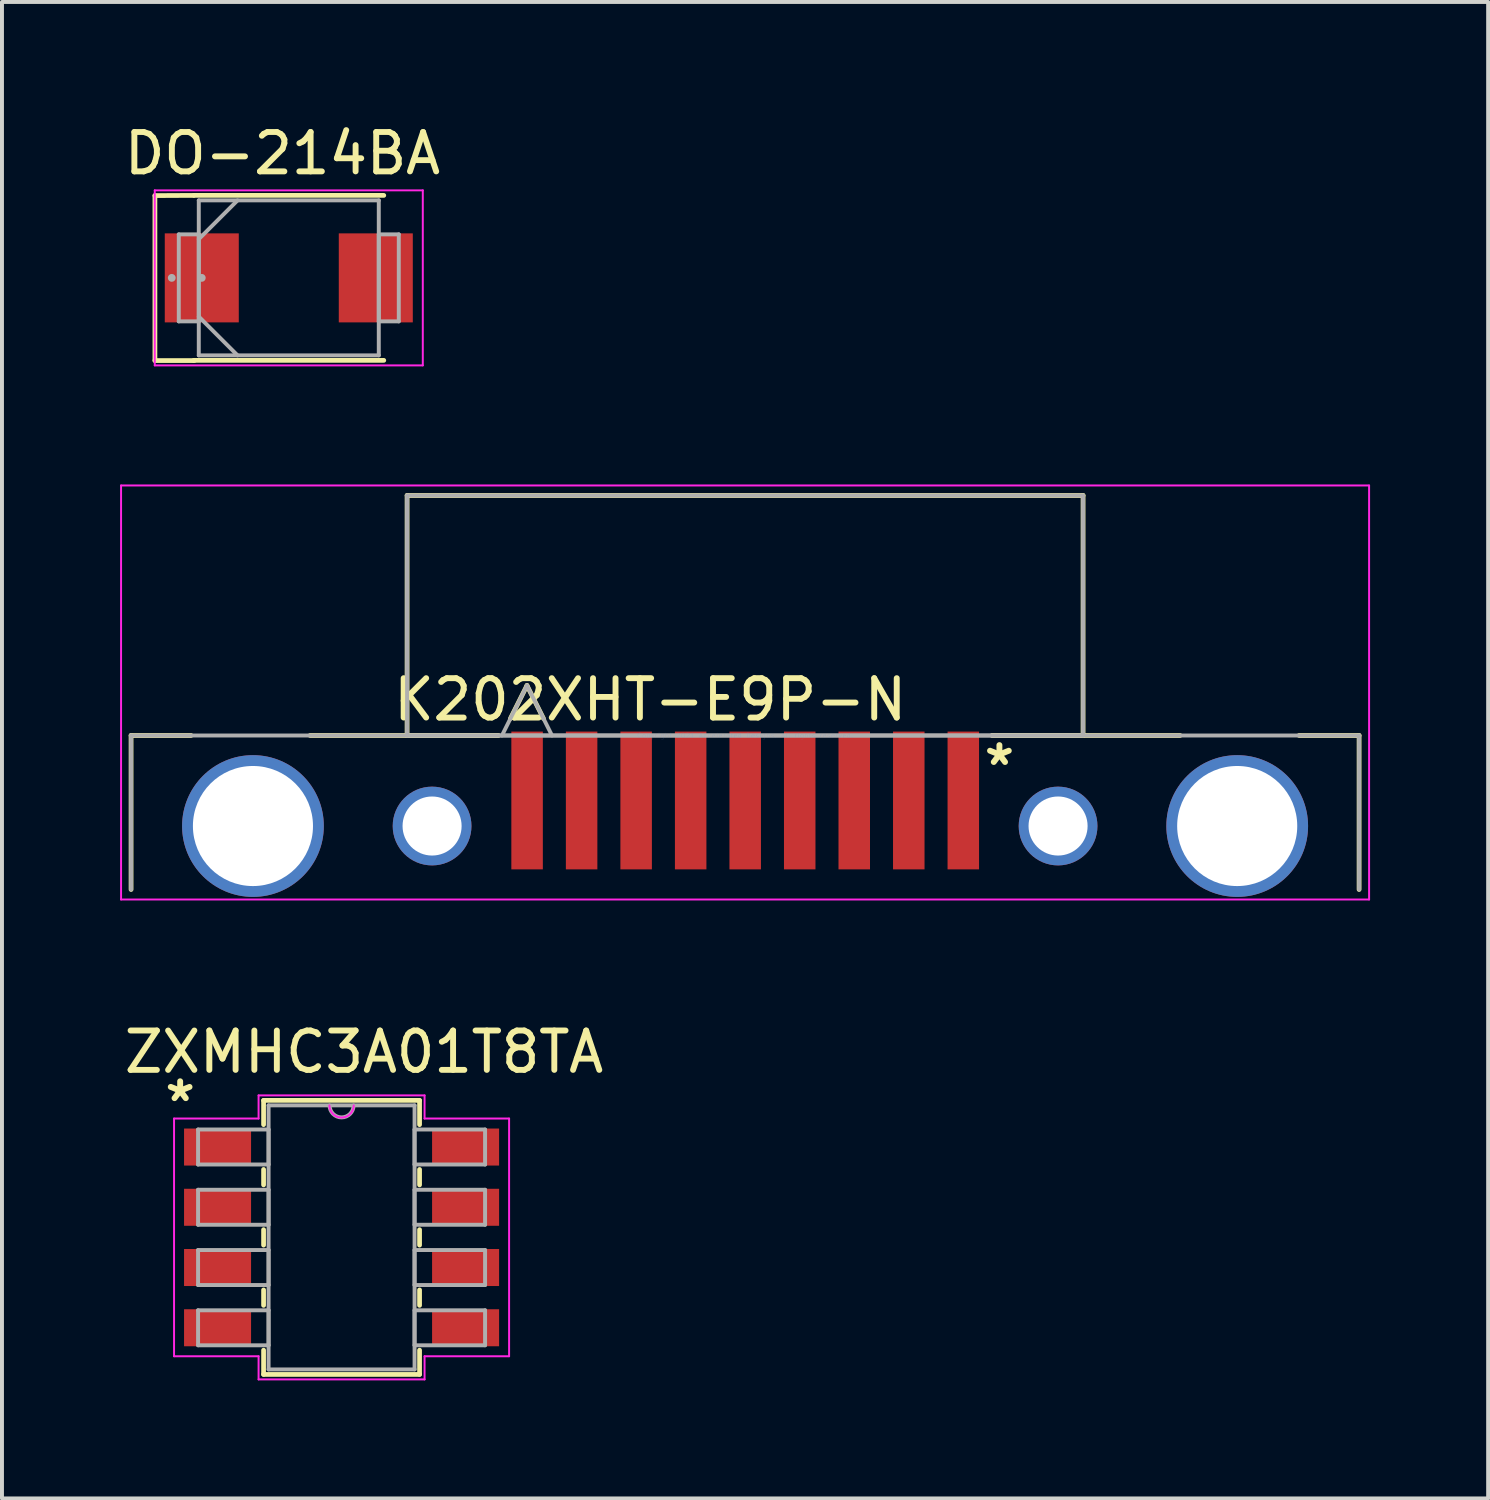
<source format=kicad_pcb>
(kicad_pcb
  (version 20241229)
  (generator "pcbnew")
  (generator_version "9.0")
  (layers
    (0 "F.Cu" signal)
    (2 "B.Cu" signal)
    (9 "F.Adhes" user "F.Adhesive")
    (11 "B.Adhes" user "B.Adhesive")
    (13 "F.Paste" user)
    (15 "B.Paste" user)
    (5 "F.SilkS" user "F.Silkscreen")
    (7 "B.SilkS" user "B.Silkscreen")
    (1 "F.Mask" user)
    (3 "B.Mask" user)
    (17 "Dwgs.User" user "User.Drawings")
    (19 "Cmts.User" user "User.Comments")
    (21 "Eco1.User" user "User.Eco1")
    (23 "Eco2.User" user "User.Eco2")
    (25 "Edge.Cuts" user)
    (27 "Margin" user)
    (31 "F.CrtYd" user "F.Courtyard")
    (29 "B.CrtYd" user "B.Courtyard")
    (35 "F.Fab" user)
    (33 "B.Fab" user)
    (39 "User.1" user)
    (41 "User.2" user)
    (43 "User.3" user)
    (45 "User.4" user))
  (footprint "DO-214BA"
    (layer "F.Cu")
    (at 4.285 4.008)
    (property "Reference" "DO-214BA" (at -0.16 -3.16 0) (layer "F.SilkS") (effects (font (size 1 1) (thickness 0.15))))
    (attr through_hole)
    (fp_line (start -3.4 -2.09) (end -3.4 2.1) (stroke (width 0.12) (type solid)) (layer "F.SilkS"))
    (fp_line (start -3.4 2.1) (end -2.4 2.1) (stroke (width 0.12) (type solid)) (layer "F.SilkS"))
    (fp_line (start -2.413 -2.095) (end -3.4 -2.09) (stroke (width 0.12) (type solid)) (layer "F.SilkS"))
    (fp_line (start -2.413 2.095) (end 2.413 2.095) (stroke (width 0.12) (type solid)) (layer "F.SilkS"))
    (fp_line (start 2.413 -2.095) (end -2.413 -2.095) (stroke (width 0.12) (type solid)) (layer "F.SilkS"))
    (fp_line (start -3.404 -2.223) (end 3.404 -2.223) (stroke (width 0.05) (type solid)) (layer "F.CrtYd"))
    (fp_line (start -3.404 2.223) (end -3.404 -2.223) (stroke (width 0.05) (type solid)) (layer "F.CrtYd"))
    (fp_line (start 3.404 -2.223) (end 3.404 2.223) (stroke (width 0.05) (type solid)) (layer "F.CrtYd"))
    (fp_line (start 3.404 2.223) (end -3.404 2.223) (stroke (width 0.05) (type solid)) (layer "F.CrtYd"))
    (fp_line (start -2.794 -1.105) (end -2.794 1.105) (stroke (width 0.1) (type solid)) (layer "F.Fab"))
    (fp_line (start -2.794 1.105) (end -2.286 1.105) (stroke (width 0.1) (type solid)) (layer "F.Fab"))
    (fp_line (start -2.286 -1.968) (end -2.286 1.968) (stroke (width 0.1) (type solid)) (layer "F.Fab"))
    (fp_line (start -2.286 -1.105) (end -2.794 -1.105) (stroke (width 0.1) (type solid)) (layer "F.Fab"))
    (fp_line (start -2.286 -0.984) (end -1.302 -1.968) (stroke (width 0.1) (type solid)) (layer "F.Fab"))
    (fp_line (start -2.286 0.984) (end -1.302 1.968) (stroke (width 0.1) (type solid)) (layer "F.Fab"))
    (fp_line (start -2.286 1.105) (end -2.286 -1.105) (stroke (width 0.1) (type solid)) (layer "F.Fab"))
    (fp_line (start -2.286 1.968) (end 2.286 1.968) (stroke (width 0.1) (type solid)) (layer "F.Fab"))
    (fp_line (start 2.286 -1.968) (end -2.286 -1.968) (stroke (width 0.1) (type solid)) (layer "F.Fab"))
    (fp_line (start 2.286 -1.105) (end 2.286 1.105) (stroke (width 0.1) (type solid)) (layer "F.Fab"))
    (fp_line (start 2.286 1.105) (end 2.794 1.105) (stroke (width 0.1) (type solid)) (layer "F.Fab"))
    (fp_line (start 2.286 1.968) (end 2.286 -1.968) (stroke (width 0.1) (type solid)) (layer "F.Fab"))
    (fp_line (start 2.794 -1.105) (end 2.286 -1.105) (stroke (width 0.1) (type solid)) (layer "F.Fab"))
    (fp_line (start 2.794 1.105) (end 2.794 -1.105) (stroke (width 0.1) (type solid)) (layer "F.Fab"))
    (fp_circle (center -2.972 0) (end -2.972 0) (stroke (width 0.1) (type solid)) (fill no) (layer "F.Fab"))
    (fp_circle (center -2.21 0) (end -2.21 0) (stroke (width 0.1) (type solid)) (fill no) (layer "F.Fab"))
    (pad "1" smd rect (at -2.21 0) (size 1.88 2.261) (layers "F.Cu" "F.Mask" "F.Paste"))
    (pad "2" smd rect (at 2.21 0) (size 1.88 2.261) (layers "F.Cu" "F.Mask" "F.Paste")))
  (footprint "K202XHT-E9P-N"
    (layer "F.Cu")
    (at 15.875 15.631)
    (property "Reference" "K202XHT-E9P-N" (at -2.41 -0.91 0) (layer "F.SilkS") (effects (font (size 1 1) (thickness 0.15))))
    (attr through_hole)
    (fp_line (start -15.596 0) (end -15.596 3.912) (stroke (width 0.12) (type solid)) (layer "F.SilkS"))
    (fp_line (start -14.072 0) (end -15.596 0) (stroke (width 0.12) (type solid)) (layer "F.SilkS"))
    (fp_line (start -8.585 -6.096) (end -8.585 0) (stroke (width 0.12) (type solid)) (layer "F.SilkS"))
    (fp_line (start -8.585 0) (end -6.27 0) (stroke (width 0.12) (type solid)) (layer "F.SilkS"))
    (fp_line (start -6.27 0) (end -11.049 0) (stroke (width 0.12) (type solid)) (layer "F.SilkS"))
    (fp_line (start -5.96 -0.431) (end -5.54 -1.27) (stroke (width 0.12) (type solid)) (layer "F.SilkS"))
    (fp_line (start -5.121 -0.431) (end -5.54 -1.27) (stroke (width 0.12) (type solid)) (layer "F.SilkS"))
    (fp_line (start 6.276 0) (end 8.585 0) (stroke (width 0.12) (type solid)) (layer "F.SilkS"))
    (fp_line (start 8.585 -6.096) (end -8.585 -6.096) (stroke (width 0.12) (type solid)) (layer "F.SilkS"))
    (fp_line (start 8.585 0) (end 8.585 -6.096) (stroke (width 0.12) (type solid)) (layer "F.SilkS"))
    (fp_line (start 11.049 0) (end 6.276 0) (stroke (width 0.12) (type solid)) (layer "F.SilkS"))
    (fp_line (start 15.596 0) (end 14.072 0) (stroke (width 0.12) (type solid)) (layer "F.SilkS"))
    (fp_line (start 15.596 3.912) (end 15.596 0) (stroke (width 0.12) (type solid)) (layer "F.SilkS"))
    (fp_line (start -15.85 -6.35) (end -15.85 4.166) (stroke (width 0.05) (type solid)) (layer "F.CrtYd"))
    (fp_line (start -15.85 4.166) (end 15.85 4.166) (stroke (width 0.05) (type solid)) (layer "F.CrtYd"))
    (fp_line (start 15.85 -6.35) (end -15.85 -6.35) (stroke (width 0.05) (type solid)) (layer "F.CrtYd"))
    (fp_line (start 15.85 4.166) (end 15.85 -6.35) (stroke (width 0.05) (type solid)) (layer "F.CrtYd"))
    (fp_line (start -15.596 0) (end -15.596 3.912) (stroke (width 0.1) (type solid)) (layer "F.Fab"))
    (fp_line (start -8.585 -6.096) (end -8.585 0) (stroke (width 0.1) (type solid)) (layer "F.Fab"))
    (fp_line (start -8.585 0) (end 8.585 0) (stroke (width 0.1) (type solid)) (layer "F.Fab"))
    (fp_line (start -6.175 0) (end -5.54 -1.27) (stroke (width 0.1) (type solid)) (layer "F.Fab"))
    (fp_line (start -4.905 0) (end -5.54 -1.27) (stroke (width 0.1) (type solid)) (layer "F.Fab"))
    (fp_line (start 8.585 -6.096) (end -8.585 -6.096) (stroke (width 0.1) (type solid)) (layer "F.Fab"))
    (fp_line (start 8.585 0) (end 8.585 -6.096) (stroke (width 0.1) (type solid)) (layer "F.Fab"))
    (fp_line (start 15.596 0) (end -15.596 0) (stroke (width 0.1) (type solid)) (layer "F.Fab"))
    (fp_line (start 15.596 3.912) (end 15.596 0) (stroke (width 0.1) (type solid)) (layer "F.Fab"))
    (fp_text user "*" (at 6.46 0.79 0) (layer "F.SilkS") (effects (font (size 1 1) (thickness 0.15))))
    (fp_text user "Copyright 2021 Accelerated Designs. All rights reserved." (at 0 0 0) (layer "Cmts.User") (effects (font (size 0.127 0.127) (thickness 0.002))))
    (pad "1" smd rect (at 5.543 1.651) (size 0.8 3.5) (layers "F.Cu" "F.Mask" "F.Paste"))
    (pad "2" smd rect (at 2.773 1.651) (size 0.8 3.5) (layers "F.Cu" "F.Mask" "F.Paste"))
    (pad "3" smd rect (at 0.003 1.651) (size 0.8 3.5) (layers "F.Cu" "F.Mask" "F.Paste"))
    (pad "4" smd rect (at -2.767 1.651) (size 0.8 3.5) (layers "F.Cu" "F.Mask" "F.Paste"))
    (pad "5" smd rect (at -5.537 1.651) (size 0.8 3.5) (layers "F.Cu" "F.Mask" "F.Paste"))
    (pad "6" smd rect (at 4.158 1.651) (size 0.8 3.5) (layers "F.Cu" "F.Mask" "F.Paste"))
    (pad "7" smd rect (at 1.388 1.651) (size 0.8 3.5) (layers "F.Cu" "F.Mask" "F.Paste"))
    (pad "8" smd rect (at -1.382 1.651) (size 0.8 3.5) (layers "F.Cu" "F.Mask" "F.Paste"))
    (pad "9" smd rect (at -4.152 1.651) (size 0.8 3.5) (layers "F.Cu" "F.Mask" "F.Paste"))
    (pad "10" thru_hole circle (at -7.95 2.3) (size 2 2) (drill 1.5) (layers "*.Cu" "*.Mask"))
    (pad "11" thru_hole circle (at 7.95 2.3) (size 2 2) (drill 1.5) (layers "*.Cu" "*.Mask"))
    (pad "12" thru_hole circle (at -12.5 2.3) (size 3.6 3.6) (drill 3.05) (layers "*.Cu" "*.Mask"))
    (pad "13" thru_hole circle (at 12.5 2.3) (size 3.6 3.6) (drill 3.05) (layers "*.Cu" "*.Mask")))
  (footprint "ZXMHC3A01T8TA"
    (layer "F.Cu")
    (at 5.626 28.38)
    (property "Reference" "ZXMHC3A01T8TA" (at 0.57 -4.71 0) (layer "F.SilkS") (effects (font (size 1 1) (thickness 0.15))))
    (attr through_hole)
    (fp_line (start -1.981 -3.48) (end -1.981 -2.864) (stroke (width 0.12) (type solid)) (layer "F.SilkS"))
    (fp_line (start -1.981 -1.726) (end -1.981 -1.334) (stroke (width 0.12) (type solid)) (layer "F.SilkS"))
    (fp_line (start -1.981 -0.196) (end -1.981 0.196) (stroke (width 0.12) (type solid)) (layer "F.SilkS"))
    (fp_line (start -1.981 1.334) (end -1.981 1.726) (stroke (width 0.12) (type solid)) (layer "F.SilkS"))
    (fp_line (start -1.981 2.864) (end -1.981 3.48) (stroke (width 0.12) (type solid)) (layer "F.SilkS"))
    (fp_line (start -1.981 3.48) (end 1.981 3.48) (stroke (width 0.12) (type solid)) (layer "F.SilkS"))
    (fp_line (start 1.981 -3.48) (end -1.981 -3.48) (stroke (width 0.12) (type solid)) (layer "F.SilkS"))
    (fp_line (start 1.981 -2.864) (end 1.981 -3.48) (stroke (width 0.12) (type solid)) (layer "F.SilkS"))
    (fp_line (start 1.981 -1.334) (end 1.981 -1.726) (stroke (width 0.12) (type solid)) (layer "F.SilkS"))
    (fp_line (start 1.981 0.196) (end 1.981 -0.196) (stroke (width 0.12) (type solid)) (layer "F.SilkS"))
    (fp_line (start 1.981 1.726) (end 1.981 1.334) (stroke (width 0.12) (type solid)) (layer "F.SilkS"))
    (fp_line (start 1.981 3.48) (end 1.981 2.864) (stroke (width 0.12) (type solid)) (layer "F.SilkS"))
    (fp_line (start -4.255 -3.019) (end -2.108 -3.019) (stroke (width 0.05) (type solid)) (layer "F.CrtYd"))
    (fp_line (start -4.255 3.019) (end -4.255 -3.019) (stroke (width 0.05) (type solid)) (layer "F.CrtYd"))
    (fp_line (start -2.108 -3.607) (end 2.108 -3.607) (stroke (width 0.05) (type solid)) (layer "F.CrtYd"))
    (fp_line (start -2.108 -3.019) (end -2.108 -3.607) (stroke (width 0.05) (type solid)) (layer "F.CrtYd"))
    (fp_line (start -2.108 3.019) (end -4.255 3.019) (stroke (width 0.05) (type solid)) (layer "F.CrtYd"))
    (fp_line (start -2.108 3.607) (end -2.108 3.019) (stroke (width 0.05) (type solid)) (layer "F.CrtYd"))
    (fp_line (start 2.108 -3.607) (end 2.108 -3.019) (stroke (width 0.05) (type solid)) (layer "F.CrtYd"))
    (fp_line (start 2.108 -3.019) (end 4.255 -3.019) (stroke (width 0.05) (type solid)) (layer "F.CrtYd"))
    (fp_line (start 2.108 3.019) (end 2.108 3.607) (stroke (width 0.05) (type solid)) (layer "F.CrtYd"))
    (fp_line (start 2.108 3.607) (end -2.108 3.607) (stroke (width 0.05) (type solid)) (layer "F.CrtYd"))
    (fp_line (start 4.255 -3.019) (end 4.255 3.019) (stroke (width 0.05) (type solid)) (layer "F.CrtYd"))
    (fp_line (start 4.255 3.019) (end 2.108 3.019) (stroke (width 0.05) (type solid)) (layer "F.CrtYd"))
    (fp_arc (start 0.309033 -3.3528) (mid 0 -3.043767) (end -0.309033 -3.3528) (stroke (width 0.05) (type solid)) (layer "F.CrtYd"))
    (fp_line (start -3.645 -2.74) (end -3.645 -1.851) (stroke (width 0.1) (type solid)) (layer "F.Fab"))
    (fp_line (start -3.645 -1.851) (end -1.854 -1.851) (stroke (width 0.1) (type solid)) (layer "F.Fab"))
    (fp_line (start -3.645 -1.21) (end -3.645 -0.321) (stroke (width 0.1) (type solid)) (layer "F.Fab"))
    (fp_line (start -3.645 -0.321) (end -1.854 -0.321) (stroke (width 0.1) (type solid)) (layer "F.Fab"))
    (fp_line (start -3.645 0.321) (end -3.645 1.21) (stroke (width 0.1) (type solid)) (layer "F.Fab"))
    (fp_line (start -3.645 1.21) (end -1.854 1.21) (stroke (width 0.1) (type solid)) (layer "F.Fab"))
    (fp_line (start -3.645 1.851) (end -3.645 2.74) (stroke (width 0.1) (type solid)) (layer "F.Fab"))
    (fp_line (start -3.645 2.74) (end -1.854 2.74) (stroke (width 0.1) (type solid)) (layer "F.Fab"))
    (fp_line (start -1.854 -3.353) (end -1.854 3.353) (stroke (width 0.1) (type solid)) (layer "F.Fab"))
    (fp_line (start -1.854 -2.74) (end -3.645 -2.74) (stroke (width 0.1) (type solid)) (layer "F.Fab"))
    (fp_line (start -1.854 -1.851) (end -1.854 -2.74) (stroke (width 0.1) (type solid)) (layer "F.Fab"))
    (fp_line (start -1.854 -1.21) (end -3.645 -1.21) (stroke (width 0.1) (type solid)) (layer "F.Fab"))
    (fp_line (start -1.854 -0.321) (end -1.854 -1.21) (stroke (width 0.1) (type solid)) (layer "F.Fab"))
    (fp_line (start -1.854 0.321) (end -3.645 0.321) (stroke (width 0.1) (type solid)) (layer "F.Fab"))
    (fp_line (start -1.854 1.21) (end -1.854 0.321) (stroke (width 0.1) (type solid)) (layer "F.Fab"))
    (fp_line (start -1.854 1.851) (end -3.645 1.851) (stroke (width 0.1) (type solid)) (layer "F.Fab"))
    (fp_line (start -1.854 2.74) (end -1.854 1.851) (stroke (width 0.1) (type solid)) (layer "F.Fab"))
    (fp_line (start -1.854 3.353) (end 1.854 3.353) (stroke (width 0.1) (type solid)) (layer "F.Fab"))
    (fp_line (start 1.854 -3.353) (end -1.854 -3.353) (stroke (width 0.1) (type solid)) (layer "F.Fab"))
    (fp_line (start 1.854 -2.74) (end 1.854 -1.851) (stroke (width 0.1) (type solid)) (layer "F.Fab"))
    (fp_line (start 1.854 -1.851) (end 3.645 -1.851) (stroke (width 0.1) (type solid)) (layer "F.Fab"))
    (fp_line (start 1.854 -1.21) (end 1.854 -0.321) (stroke (width 0.1) (type solid)) (layer "F.Fab"))
    (fp_line (start 1.854 -0.321) (end 3.645 -0.321) (stroke (width 0.1) (type solid)) (layer "F.Fab"))
    (fp_line (start 1.854 0.321) (end 1.854 1.21) (stroke (width 0.1) (type solid)) (layer "F.Fab"))
    (fp_line (start 1.854 1.21) (end 3.645 1.21) (stroke (width 0.1) (type solid)) (layer "F.Fab"))
    (fp_line (start 1.854 1.851) (end 1.854 2.74) (stroke (width 0.1) (type solid)) (layer "F.Fab"))
    (fp_line (start 1.854 2.74) (end 3.645 2.74) (stroke (width 0.1) (type solid)) (layer "F.Fab"))
    (fp_line (start 1.854 3.353) (end 1.854 -3.353) (stroke (width 0.1) (type solid)) (layer "F.Fab"))
    (fp_line (start 3.645 -2.74) (end 1.854 -2.74) (stroke (width 0.1) (type solid)) (layer "F.Fab"))
    (fp_line (start 3.645 -1.851) (end 3.645 -2.74) (stroke (width 0.1) (type solid)) (layer "F.Fab"))
    (fp_line (start 3.645 -1.21) (end 1.854 -1.21) (stroke (width 0.1) (type solid)) (layer "F.Fab"))
    (fp_line (start 3.645 -0.321) (end 3.645 -1.21) (stroke (width 0.1) (type solid)) (layer "F.Fab"))
    (fp_line (start 3.645 0.321) (end 1.854 0.321) (stroke (width 0.1) (type solid)) (layer "F.Fab"))
    (fp_line (start 3.645 1.21) (end 3.645 0.321) (stroke (width 0.1) (type solid)) (layer "F.Fab"))
    (fp_line (start 3.645 1.851) (end 1.854 1.851) (stroke (width 0.1) (type solid)) (layer "F.Fab"))
    (fp_line (start 3.645 2.74) (end 3.645 1.851) (stroke (width 0.1) (type solid)) (layer "F.Fab"))
    (fp_arc (start 0.3048 -3.3528) (mid 0 -3.048) (end -0.3048 -3.3528) (stroke (width 0.1) (type solid)) (layer "F.Fab"))
    (fp_text user "*" (at -4.1 -3.42 0) (layer "F.SilkS") (effects (font (size 1 1) (thickness 0.15))))
    (pad "1" smd rect (at -3.15 -2.295) (size 1.702 0.94) (layers "F.Cu" "F.Mask" "F.Paste"))
    (pad "2" smd rect (at -3.15 -0.765) (size 1.702 0.94) (layers "F.Cu" "F.Mask" "F.Paste"))
    (pad "3" smd rect (at -3.15 0.765) (size 1.702 0.94) (layers "F.Cu" "F.Mask" "F.Paste"))
    (pad "4" smd rect (at -3.15 2.295) (size 1.702 0.94) (layers "F.Cu" "F.Mask" "F.Paste"))
    (pad "5" smd rect (at 3.15 2.295) (size 1.702 0.94) (layers "F.Cu" "F.Mask" "F.Paste"))
    (pad "6" smd rect (at 3.15 0.765) (size 1.702 0.94) (layers "F.Cu" "F.Mask" "F.Paste"))
    (pad "7" smd rect (at 3.15 -0.765) (size 1.702 0.94) (layers "F.Cu" "F.Mask" "F.Paste"))
    (pad "8" smd rect (at 3.15 -2.295) (size 1.702 0.94) (layers "F.Cu" "F.Mask" "F.Paste")))
  (gr_rect
    (start -3 -3)
    (end 34.749 35.011)
    (stroke (width 0.1) (type default))
    (fill no)
    (layer "Edge.Cuts")))
</source>
